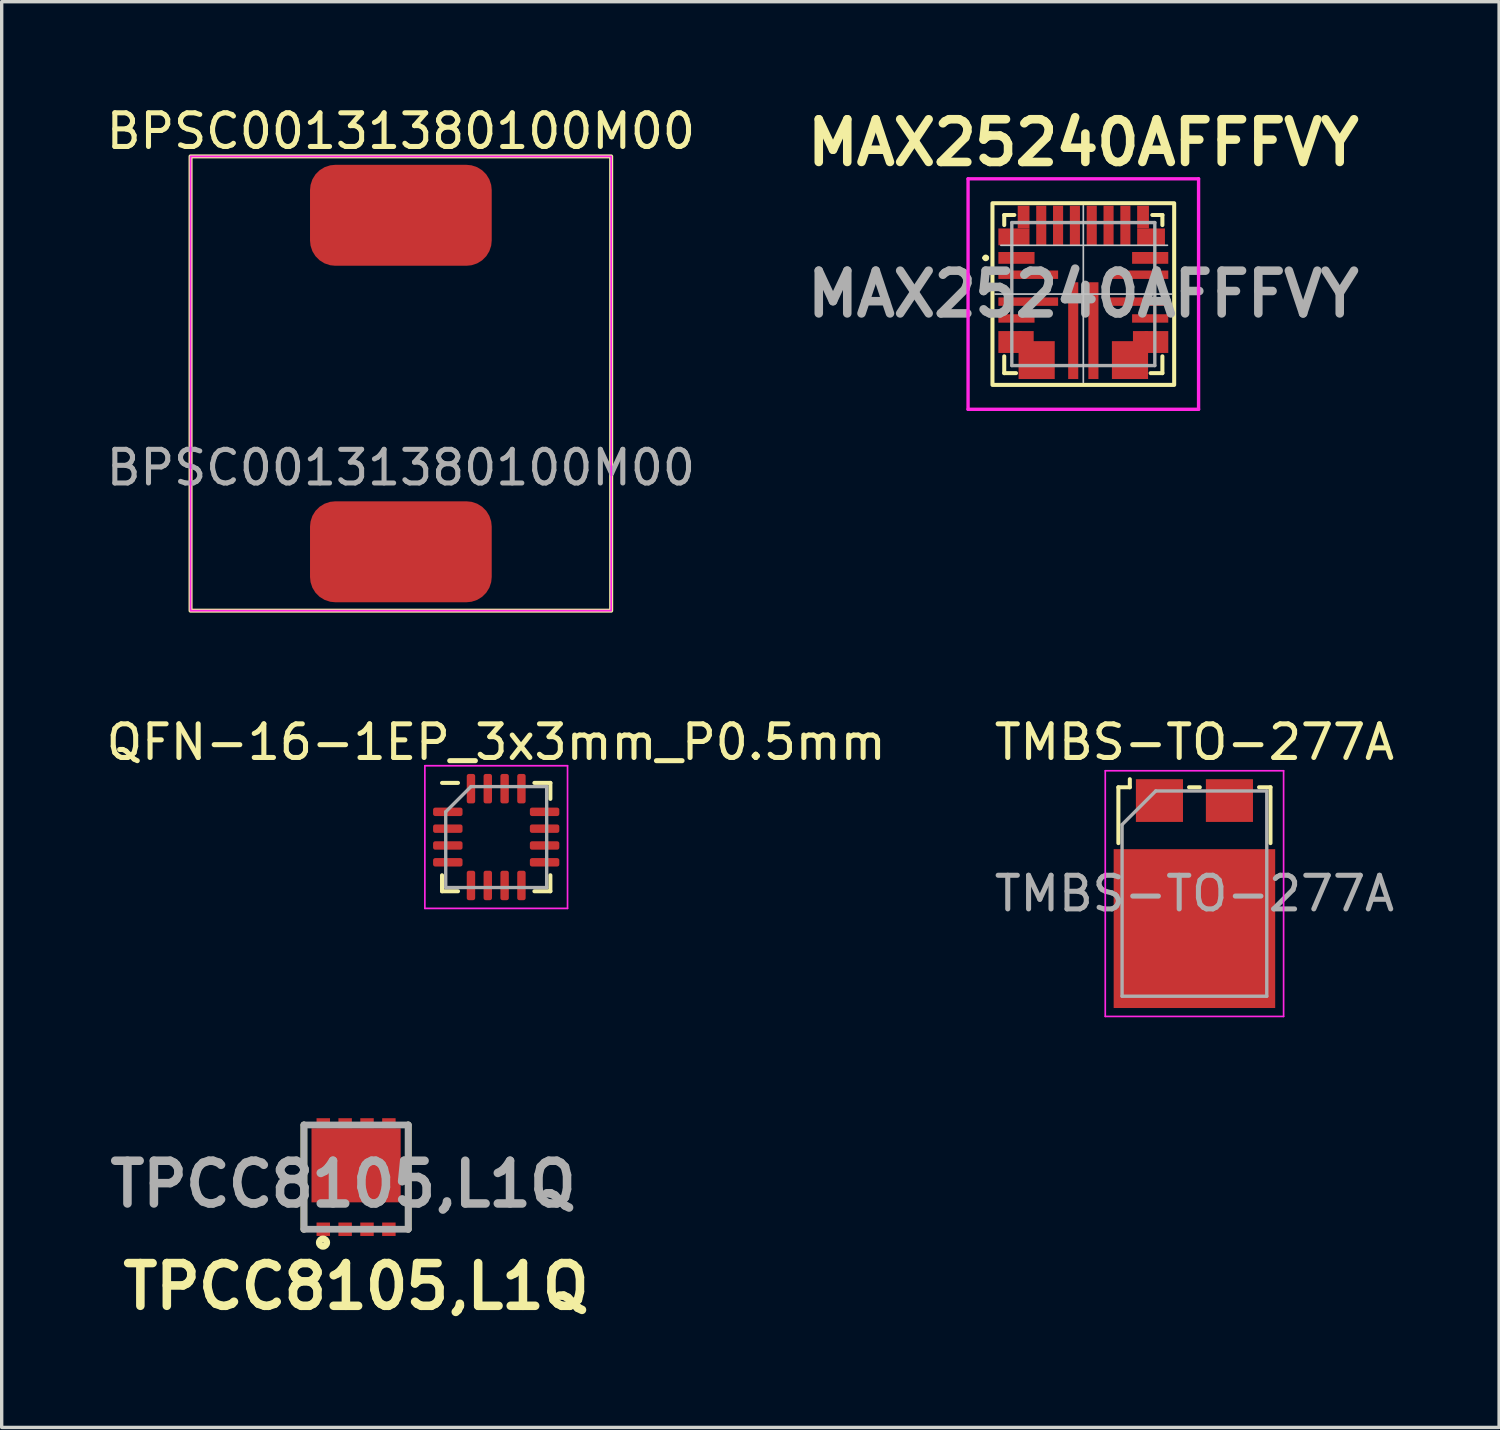
<source format=kicad_pcb>
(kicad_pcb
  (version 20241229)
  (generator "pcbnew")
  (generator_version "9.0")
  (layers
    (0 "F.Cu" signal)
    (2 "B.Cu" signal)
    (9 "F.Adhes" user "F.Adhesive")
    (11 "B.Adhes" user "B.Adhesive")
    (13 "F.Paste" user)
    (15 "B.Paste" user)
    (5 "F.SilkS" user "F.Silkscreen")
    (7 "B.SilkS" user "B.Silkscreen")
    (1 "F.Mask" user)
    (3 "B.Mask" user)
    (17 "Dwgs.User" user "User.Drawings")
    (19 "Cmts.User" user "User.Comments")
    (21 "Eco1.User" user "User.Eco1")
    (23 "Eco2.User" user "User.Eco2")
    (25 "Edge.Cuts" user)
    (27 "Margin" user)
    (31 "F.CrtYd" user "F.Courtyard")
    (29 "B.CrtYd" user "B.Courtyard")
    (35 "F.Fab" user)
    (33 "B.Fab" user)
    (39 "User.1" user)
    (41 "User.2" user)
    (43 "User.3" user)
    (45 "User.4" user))
  (footprint "BPSC00131380100M00"
    (layer "F.Cu")
    (at 8.863 8.348)
    (property "Reference" "BPSC00131380100M00" (at 0 -7.5 0) (unlocked yes) (layer "F.SilkS") (effects (font (size 1 1) (thickness 0.15))))
    (attr smd)
    (fp_rect (start -6.25 -6.75) (end 6.25 6.75) (stroke (width 0.12) (type solid)) (fill no) (layer "F.SilkS"))
    (fp_rect (start -6.25 -6.75) (end 6.25 6.75) (stroke (width 0.05) (type solid)) (fill no) (layer "F.CrtYd"))
    (fp_text user "${REFERENCE}" (at 0 2.5 0) (unlocked yes) (layer "F.Fab") (effects (font (size 1 1) (thickness 0.15))))
    (pad "1" smd roundrect (at 0 -5) (size 5.4 3) (layers "F.Cu" "F.Mask" "F.Paste") (roundrect_rratio 0.25))
    (pad "2" smd roundrect (at 0 5) (size 5.4 3) (layers "F.Cu" "F.Mask" "F.Paste") (roundrect_rratio 0.25)))
  (footprint "QFN-16-1EP_3x3mm_P0.5mm"
    (layer "F.Cu")
    (at 11.696 21.826)
    (property "Reference" "QFN-16-1EP_3x3mm_P0.5mm" (at 0 -2.82 0) (layer "F.SilkS") (effects (font (size 1 1) (thickness 0.15))))
    (attr smd)
    (fp_line (start -1.61 1.61) (end -1.61 1.135) (stroke (width 0.12) (type solid)) (layer "F.SilkS"))
    (fp_line (start -1.135 -1.61) (end -1.61 -1.61) (stroke (width 0.12) (type solid)) (layer "F.SilkS"))
    (fp_line (start -1.135 1.61) (end -1.61 1.61) (stroke (width 0.12) (type solid)) (layer "F.SilkS"))
    (fp_line (start 1.135 -1.61) (end 1.61 -1.61) (stroke (width 0.12) (type solid)) (layer "F.SilkS"))
    (fp_line (start 1.135 1.61) (end 1.61 1.61) (stroke (width 0.12) (type solid)) (layer "F.SilkS"))
    (fp_line (start 1.61 -1.61) (end 1.61 -1.135) (stroke (width 0.12) (type solid)) (layer "F.SilkS"))
    (fp_line (start 1.61 1.61) (end 1.61 1.135) (stroke (width 0.12) (type solid)) (layer "F.SilkS"))
    (fp_line (start -2.12 -2.12) (end -2.12 2.12) (stroke (width 0.05) (type solid)) (layer "F.CrtYd"))
    (fp_line (start -2.12 2.12) (end 2.12 2.12) (stroke (width 0.05) (type solid)) (layer "F.CrtYd"))
    (fp_line (start 2.12 -2.12) (end -2.12 -2.12) (stroke (width 0.05) (type solid)) (layer "F.CrtYd"))
    (fp_line (start 2.12 2.12) (end 2.12 -2.12) (stroke (width 0.05) (type solid)) (layer "F.CrtYd"))
    (fp_line (start -1.5 -0.75) (end -0.75 -1.5) (stroke (width 0.1) (type solid)) (layer "F.Fab"))
    (fp_line (start -1.5 1.5) (end -1.5 -0.75) (stroke (width 0.1) (type solid)) (layer "F.Fab"))
    (fp_line (start -0.75 -1.5) (end 1.5 -1.5) (stroke (width 0.1) (type solid)) (layer "F.Fab"))
    (fp_line (start 1.5 -1.5) (end 1.5 1.5) (stroke (width 0.1) (type solid)) (layer "F.Fab"))
    (fp_line (start 1.5 1.5) (end -1.5 1.5) (stroke (width 0.1) (type solid)) (layer "F.Fab"))
    (pad "1" smd roundrect (at -1.438 -0.75) (size 0.875 0.25) (layers "F.Cu" "F.Mask" "F.Paste") (roundrect_rratio 0.25))
    (pad "2" smd roundrect (at -1.438 -0.25) (size 0.875 0.25) (layers "F.Cu" "F.Mask" "F.Paste") (roundrect_rratio 0.25))
    (pad "3" smd roundrect (at -1.438 0.25) (size 0.875 0.25) (layers "F.Cu" "F.Mask" "F.Paste") (roundrect_rratio 0.25))
    (pad "4" smd roundrect (at -1.438 0.75) (size 0.875 0.25) (layers "F.Cu" "F.Mask" "F.Paste") (roundrect_rratio 0.25))
    (pad "5" smd roundrect (at -0.75 1.438) (size 0.25 0.875) (layers "F.Cu" "F.Mask" "F.Paste") (roundrect_rratio 0.25))
    (pad "6" smd roundrect (at -0.25 1.438) (size 0.25 0.875) (layers "F.Cu" "F.Mask" "F.Paste") (roundrect_rratio 0.25))
    (pad "7" smd roundrect (at 0.25 1.438) (size 0.25 0.875) (layers "F.Cu" "F.Mask" "F.Paste") (roundrect_rratio 0.25))
    (pad "8" smd roundrect (at 0.75 1.438) (size 0.25 0.875) (layers "F.Cu" "F.Mask" "F.Paste") (roundrect_rratio 0.25))
    (pad "9" smd roundrect (at 1.438 0.75) (size 0.875 0.25) (layers "F.Cu" "F.Mask" "F.Paste") (roundrect_rratio 0.25))
    (pad "10" smd roundrect (at 1.438 0.25) (size 0.875 0.25) (layers "F.Cu" "F.Mask" "F.Paste") (roundrect_rratio 0.25))
    (pad "11" smd roundrect (at 1.438 -0.25) (size 0.875 0.25) (layers "F.Cu" "F.Mask" "F.Paste") (roundrect_rratio 0.25))
    (pad "12" smd roundrect (at 1.438 -0.75) (size 0.875 0.25) (layers "F.Cu" "F.Mask" "F.Paste") (roundrect_rratio 0.25))
    (pad "13" smd roundrect (at 0.75 -1.438) (size 0.25 0.875) (layers "F.Cu" "F.Mask" "F.Paste") (roundrect_rratio 0.25))
    (pad "14" smd roundrect (at 0.25 -1.438) (size 0.25 0.875) (layers "F.Cu" "F.Mask" "F.Paste") (roundrect_rratio 0.25))
    (pad "15" smd roundrect (at -0.25 -1.438) (size 0.25 0.875) (layers "F.Cu" "F.Mask" "F.Paste") (roundrect_rratio 0.25))
    (pad "16" smd roundrect (at -0.75 -1.438) (size 0.25 0.875) (layers "F.Cu" "F.Mask" "F.Paste") (roundrect_rratio 0.25)))
  (footprint "TPCC8105,L1Q"
    (layer "F.Cu")
    (at 7.532 31.931)
    (property "Reference" "TPCC8105,L1Q" (at 0 3.25 0) (layer "F.SilkS") (effects (font (size 1.27 1.27) (thickness 0.254))))
    (attr smd)
    (fp_line (start -1.55 1.55) (end -1.55 -1.55) (stroke (width 0.2) (type solid)) (layer "F.SilkS"))
    (fp_line (start 1.55 -1.55) (end 1.55 1.55) (stroke (width 0.2) (type solid)) (layer "F.SilkS"))
    (fp_circle (center -0.983 1.947) (end -0.983 1.958) (stroke (width 0.2) (type solid)) (fill no) (layer "F.SilkS"))
    (fp_line (start -1.55 -1.55) (end 1.55 -1.55) (stroke (width 0.2) (type solid)) (layer "F.Fab"))
    (fp_line (start -1.55 1.55) (end -1.55 -1.55) (stroke (width 0.2) (type solid)) (layer "F.Fab"))
    (fp_line (start 1.55 -1.55) (end 1.55 1.55) (stroke (width 0.2) (type solid)) (layer "F.Fab"))
    (fp_line (start 1.55 1.55) (end -1.55 1.55) (stroke (width 0.2) (type solid)) (layer "F.Fab"))
    (fp_text user "${REFERENCE}" (at -0.384 0.209 0) (layer "F.Fab") (effects (font (size 1.27 1.27) (thickness 0.254))))
    (pad "1" smd rect (at 0.975 1.55 90) (size 0.4 0.4) (layers "F.Cu" "F.Mask" "F.Paste"))
    (pad "2" smd rect (at -0.975 1.55 90) (size 0.4 0.4) (layers "F.Cu" "F.Mask" "F.Paste"))
    (pad "2" smd rect (at -0.325 1.55 90) (size 0.4 0.4) (layers "F.Cu" "F.Mask" "F.Paste"))
    (pad "2" smd rect (at 0.325 1.55 90) (size 0.4 0.4) (layers "F.Cu" "F.Mask" "F.Paste"))
    (pad "3" smd rect (at -0.975 -1.6 90) (size 0.3 0.4) (layers "F.Cu" "F.Mask" "F.Paste"))
    (pad "3" smd rect (at -0.325 -1.6 90) (size 0.3 0.4) (layers "F.Cu" "F.Mask" "F.Paste"))
    (pad "3" smd rect (at 0 -0.35 90) (size 2.2 2.65) (layers "F.Cu" "F.Mask" "F.Paste"))
    (pad "3" smd rect (at 0.325 -1.6 90) (size 0.3 0.4) (layers "F.Cu" "F.Mask" "F.Paste"))
    (pad "3" smd rect (at 0.975 -1.6 90) (size 0.3 0.4) (layers "F.Cu" "F.Mask" "F.Paste")))
  (footprint "TMBS-TO-277A"
    (layer "F.Cu")
    (at 32.446 23.506)
    (property "Reference" "TMBS-TO-277A" (at 0 -4.5 180) (layer "F.SilkS") (effects (font (size 1 1) (thickness 0.15))))
    (attr smd)
    (fp_line (start -2.26 -3.16) (end -2.26 -1.5) (stroke (width 0.12) (type solid)) (layer "F.SilkS"))
    (fp_line (start -1.92 -3.4) (end -1.92 -3.16) (stroke (width 0.12) (type solid)) (layer "F.SilkS"))
    (fp_line (start -1.92 -3.16) (end -2.26 -3.16) (stroke (width 0.12) (type solid)) (layer "F.SilkS"))
    (fp_line (start -0.16 -3.16) (end 0.16 -3.16) (stroke (width 0.12) (type solid)) (layer "F.SilkS"))
    (fp_line (start 2.26 -3.16) (end 1.92 -3.16) (stroke (width 0.12) (type solid)) (layer "F.SilkS"))
    (fp_line (start 2.26 -1.5) (end 2.26 -3.16) (stroke (width 0.12) (type solid)) (layer "F.SilkS"))
    (fp_line (start -2.65 -3.65) (end -2.65 3.65) (stroke (width 0.05) (type solid)) (layer "F.CrtYd"))
    (fp_line (start -2.65 -3.65) (end 2.65 -3.65) (stroke (width 0.05) (type solid)) (layer "F.CrtYd"))
    (fp_line (start 2.65 3.65) (end -2.65 3.65) (stroke (width 0.05) (type solid)) (layer "F.CrtYd"))
    (fp_line (start 2.65 3.65) (end 2.65 -3.65) (stroke (width 0.05) (type solid)) (layer "F.CrtYd"))
    (fp_line (start -2.15 -2.05) (end -2.15 3.05) (stroke (width 0.1) (type solid)) (layer "F.Fab"))
    (fp_line (start -2.15 3.05) (end 2.15 3.05) (stroke (width 0.1) (type solid)) (layer "F.Fab"))
    (fp_line (start -1.15 -3.05) (end -2.15 -2.05) (stroke (width 0.1) (type solid)) (layer "F.Fab"))
    (fp_line (start 2.15 -3.05) (end -1.15 -3.05) (stroke (width 0.1) (type solid)) (layer "F.Fab"))
    (fp_line (start 2.15 3.05) (end 2.15 -3.05) (stroke (width 0.1) (type solid)) (layer "F.Fab"))
    (fp_text user "${REFERENCE}" (at 0 0 0) (layer "F.Fab") (effects (font (size 1 1) (thickness 0.15))))
    (pad "" smd rect (at -1.7 -0.65 180) (size 1.25 1.2) (layers "F.Paste"))
    (pad "" smd rect (at -1.7 1.04) (size 1.25 1.2) (layers "F.Paste"))
    (pad "" smd rect (at -1.7 2.7) (size 1.25 1.2) (layers "F.Paste"))
    (pad "" smd rect (at 0 -0.65) (size 1.25 1.2) (layers "F.Paste"))
    (pad "" smd rect (at 0 1.04) (size 1.25 1.2) (layers "F.Paste"))
    (pad "" smd rect (at 0 2.7) (size 1.25 1.2) (layers "F.Paste"))
    (pad "" smd rect (at 1.7 -0.65) (size 1.25 1.2) (layers "F.Paste"))
    (pad "" smd rect (at 1.7 1.04) (size 1.25 1.2) (layers "F.Paste"))
    (pad "" smd rect (at 1.7 2.7) (size 1.25 1.2) (layers "F.Paste"))
    (pad "1" smd rect (at 0 1.04) (size 4.8 4.72) (layers "F.Cu" "F.Mask"))
    (pad "2" smd rect (at -1.04 -2.765) (size 1.4 1.27) (layers "F.Cu" "F.Mask" "F.Paste"))
    (pad "2" smd rect (at 1.04 -2.765) (size 1.4 1.27) (layers "F.Cu" "F.Mask" "F.Paste")))
  (footprint "MAX25240AFFFVY"
    (layer "F.Cu")
    (at 29.144 5.689)
    (property "Reference" "MAX25240AFFFVY" (at 0 -4.5 0) (layer "F.SilkS") (effects (font (size 1.27 1.27) (thickness 0.254))))
    (attr smd)
    (fp_line (start -2.95 -1.075) (end -2.95 -1.075) (stroke (width 0.1) (type solid)) (layer "F.SilkS"))
    (fp_line (start -2.85 -1.075) (end -2.85 -1.075) (stroke (width 0.1) (type solid)) (layer "F.SilkS"))
    (fp_line (start -2.35 -2.35) (end -2.35 -2.05) (stroke (width 0.12) (type solid)) (layer "F.SilkS"))
    (fp_line (start -2.35 1.85) (end -2.35 2.35) (stroke (width 0.12) (type solid)) (layer "F.SilkS"))
    (fp_line (start -2.35 2.35) (end -2 2.35) (stroke (width 0.12) (type solid)) (layer "F.SilkS"))
    (fp_line (start -2.3 -2.35) (end -2.35 -2.35) (stroke (width 0.12) (type solid)) (layer "F.SilkS"))
    (fp_line (start -2.05 -2.35) (end -2.3 -2.35) (stroke (width 0.12) (type solid)) (layer "F.SilkS"))
    (fp_line (start 2 2.35) (end 2.35 2.35) (stroke (width 0.12) (type solid)) (layer "F.SilkS"))
    (fp_line (start 2.35 -2.35) (end 2.05 -2.35) (stroke (width 0.12) (type solid)) (layer "F.SilkS"))
    (fp_line (start 2.35 -2.05) (end 2.35 -2.35) (stroke (width 0.12) (type solid)) (layer "F.SilkS"))
    (fp_line (start 2.35 2.35) (end 2.35 1.85) (stroke (width 0.12) (type solid)) (layer "F.SilkS"))
    (fp_rect (start -2.7 -2.7) (end 2.7 2.7) (stroke (width 0.12) (type solid)) (fill no) (layer "F.SilkS"))
    (fp_arc (start -2.95 -1.075) (mid -2.9 -1.125) (end -2.85 -1.075) (stroke (width 0.1) (type solid)) (layer "F.SilkS"))
    (fp_arc (start -2.85 -1.075) (mid -2.9 -1.025) (end -2.95 -1.075) (stroke (width 0.1) (type solid)) (layer "F.SilkS"))
    (fp_line (start -2.625 0) (end 0 0) (stroke (width 0.05) (type solid)) (layer "Dwgs.User"))
    (fp_line (start -2.45 -1.45) (end 2.5 -1.45) (stroke (width 0.05) (type solid)) (layer "Dwgs.User"))
    (fp_line (start 0 0) (end 0 -2.625) (stroke (width 0.05) (type solid)) (layer "Dwgs.User"))
    (fp_line (start 0 2.625) (end 0 0) (stroke (width 0.05) (type solid)) (layer "Dwgs.User"))
    (fp_line (start 2.625 0) (end 0 0) (stroke (width 0.05) (type solid)) (layer "Dwgs.User"))
    (fp_line (start -3.425 -3.425) (end 3.425 -3.425) (stroke (width 0.1) (type solid)) (layer "F.CrtYd"))
    (fp_line (start -3.425 3.425) (end -3.425 -3.425) (stroke (width 0.1) (type solid)) (layer "F.CrtYd"))
    (fp_line (start 3.425 -3.425) (end 3.425 3.425) (stroke (width 0.1) (type solid)) (layer "F.CrtYd"))
    (fp_line (start 3.425 3.425) (end -3.425 3.425) (stroke (width 0.1) (type solid)) (layer "F.CrtYd"))
    (fp_line (start -2.125 -2.125) (end 2.125 -2.125) (stroke (width 0.1) (type solid)) (layer "F.Fab"))
    (fp_line (start -2.125 2.125) (end -2.125 -2.125) (stroke (width 0.1) (type solid)) (layer "F.Fab"))
    (fp_line (start 2.125 -2.125) (end 2.125 2.125) (stroke (width 0.1) (type solid)) (layer "F.Fab"))
    (fp_line (start 2.125 2.125) (end -2.125 2.125) (stroke (width 0.1) (type solid)) (layer "F.Fab"))
    (fp_text user "${REFERENCE}" (at 0 0 0) (layer "F.Fab") (effects (font (size 1.27 1.27) (thickness 0.254))))
    (pad "1" smd rect (at -1.987 -1.075 90) (size 0.35 1.075) (layers "F.Cu" "F.Mask" "F.Paste"))
    (pad "2" smd rect (at -1.637 -0.575 90) (size 0.25 1.776) (layers "F.Cu" "F.Mask" "F.Paste"))
    (pad "3" smd rect (at -1.637 0.225 90) (size 0.25 1.776) (layers "F.Cu" "F.Mask" "F.Paste"))
    (pad "4" smd rect (at -1.987 0.725 90) (size 0.25 1.075) (layers "F.Cu" "F.Mask" "F.Paste"))
    (pad "5" smd rect (at -2.175 1.425) (size 0.7 0.65) (layers "F.Cu" "F.Mask" "F.Paste"))
    (pad "5" smd rect (at -1.7 1.3 90) (size 0.4 0.45) (layers "F.Cu" "F.Mask" "F.Paste"))
    (pad "6" smd rect (at -1.387 1.962 90) (size 1.125 1.075) (layers "F.Cu" "F.Mask" "F.Paste"))
    (pad "7" smd rect (at -0.3 1.087) (size 0.3 2.876) (layers "F.Cu" "F.Mask" "F.Paste"))
    (pad "8" smd rect (at 0.3 1.087) (size 0.3 2.876) (layers "F.Cu" "F.Mask" "F.Paste"))
    (pad "9" smd rect (at 1.387 1.962 90) (size 1.125 1.075) (layers "F.Cu" "F.Mask" "F.Paste"))
    (pad "10" smd rect (at 1.7 1.3 90) (size 0.4 0.45) (layers "F.Cu" "F.Mask" "F.Paste"))
    (pad "10" smd rect (at 2.175 1.425) (size 0.7 0.65) (layers "F.Cu" "F.Mask" "F.Paste"))
    (pad "11" smd rect (at 1.987 0.725 90) (size 0.25 1.075) (layers "F.Cu" "F.Mask" "F.Paste"))
    (pad "12" smd rect (at 1.638 0.225 90) (size 0.25 1.774) (layers "F.Cu" "F.Mask" "F.Paste"))
    (pad "13" smd rect (at 1.638 -0.575 90) (size 0.25 1.774) (layers "F.Cu" "F.Mask" "F.Paste"))
    (pad "14" smd rect (at 1.987 -1.075 90) (size 0.35 1.075) (layers "F.Cu" "F.Mask" "F.Paste"))
    (pad "15" smd rect (at 1.775 -2.288) (size 0.35 0.674) (layers "F.Cu" "F.Mask" "F.Paste"))
    (pad "15" smd rect (at 2.013 -1.7 90) (size 0.5 0.825) (layers "F.Cu" "F.Mask" "F.Paste"))
    (pad "16" smd rect (at 1.25 -2.038) (size 0.3 1.175) (layers "F.Cu" "F.Mask" "F.Paste"))
    (pad "17" smd rect (at 0.75 -2.038) (size 0.3 1.175) (layers "F.Cu" "F.Mask" "F.Paste"))
    (pad "18" smd rect (at 0.25 -2.038) (size 0.3 1.175) (layers "F.Cu" "F.Mask" "F.Paste"))
    (pad "19" smd rect (at -0.25 -2.038) (size 0.3 1.175) (layers "F.Cu" "F.Mask" "F.Paste"))
    (pad "20" smd rect (at -0.75 -2.038) (size 0.3 1.175) (layers "F.Cu" "F.Mask" "F.Paste"))
    (pad "21" smd rect (at -1.25 -2.038) (size 0.3 1.175) (layers "F.Cu" "F.Mask" "F.Paste"))
    (pad "22" smd rect (at -2.062 -1.7 90) (size 0.5 0.925) (layers "F.Cu" "F.Mask" "F.Paste"))
    (pad "22" smd rect (at -1.775 -2.288) (size 0.35 0.675) (layers "F.Cu" "F.Mask" "F.Paste")))
  (gr_rect
    (start -3 -3)
    (end 41.5 39.37)
    (stroke (width 0.1) (type default))
    (fill no)
    (layer "Edge.Cuts")))
</source>
